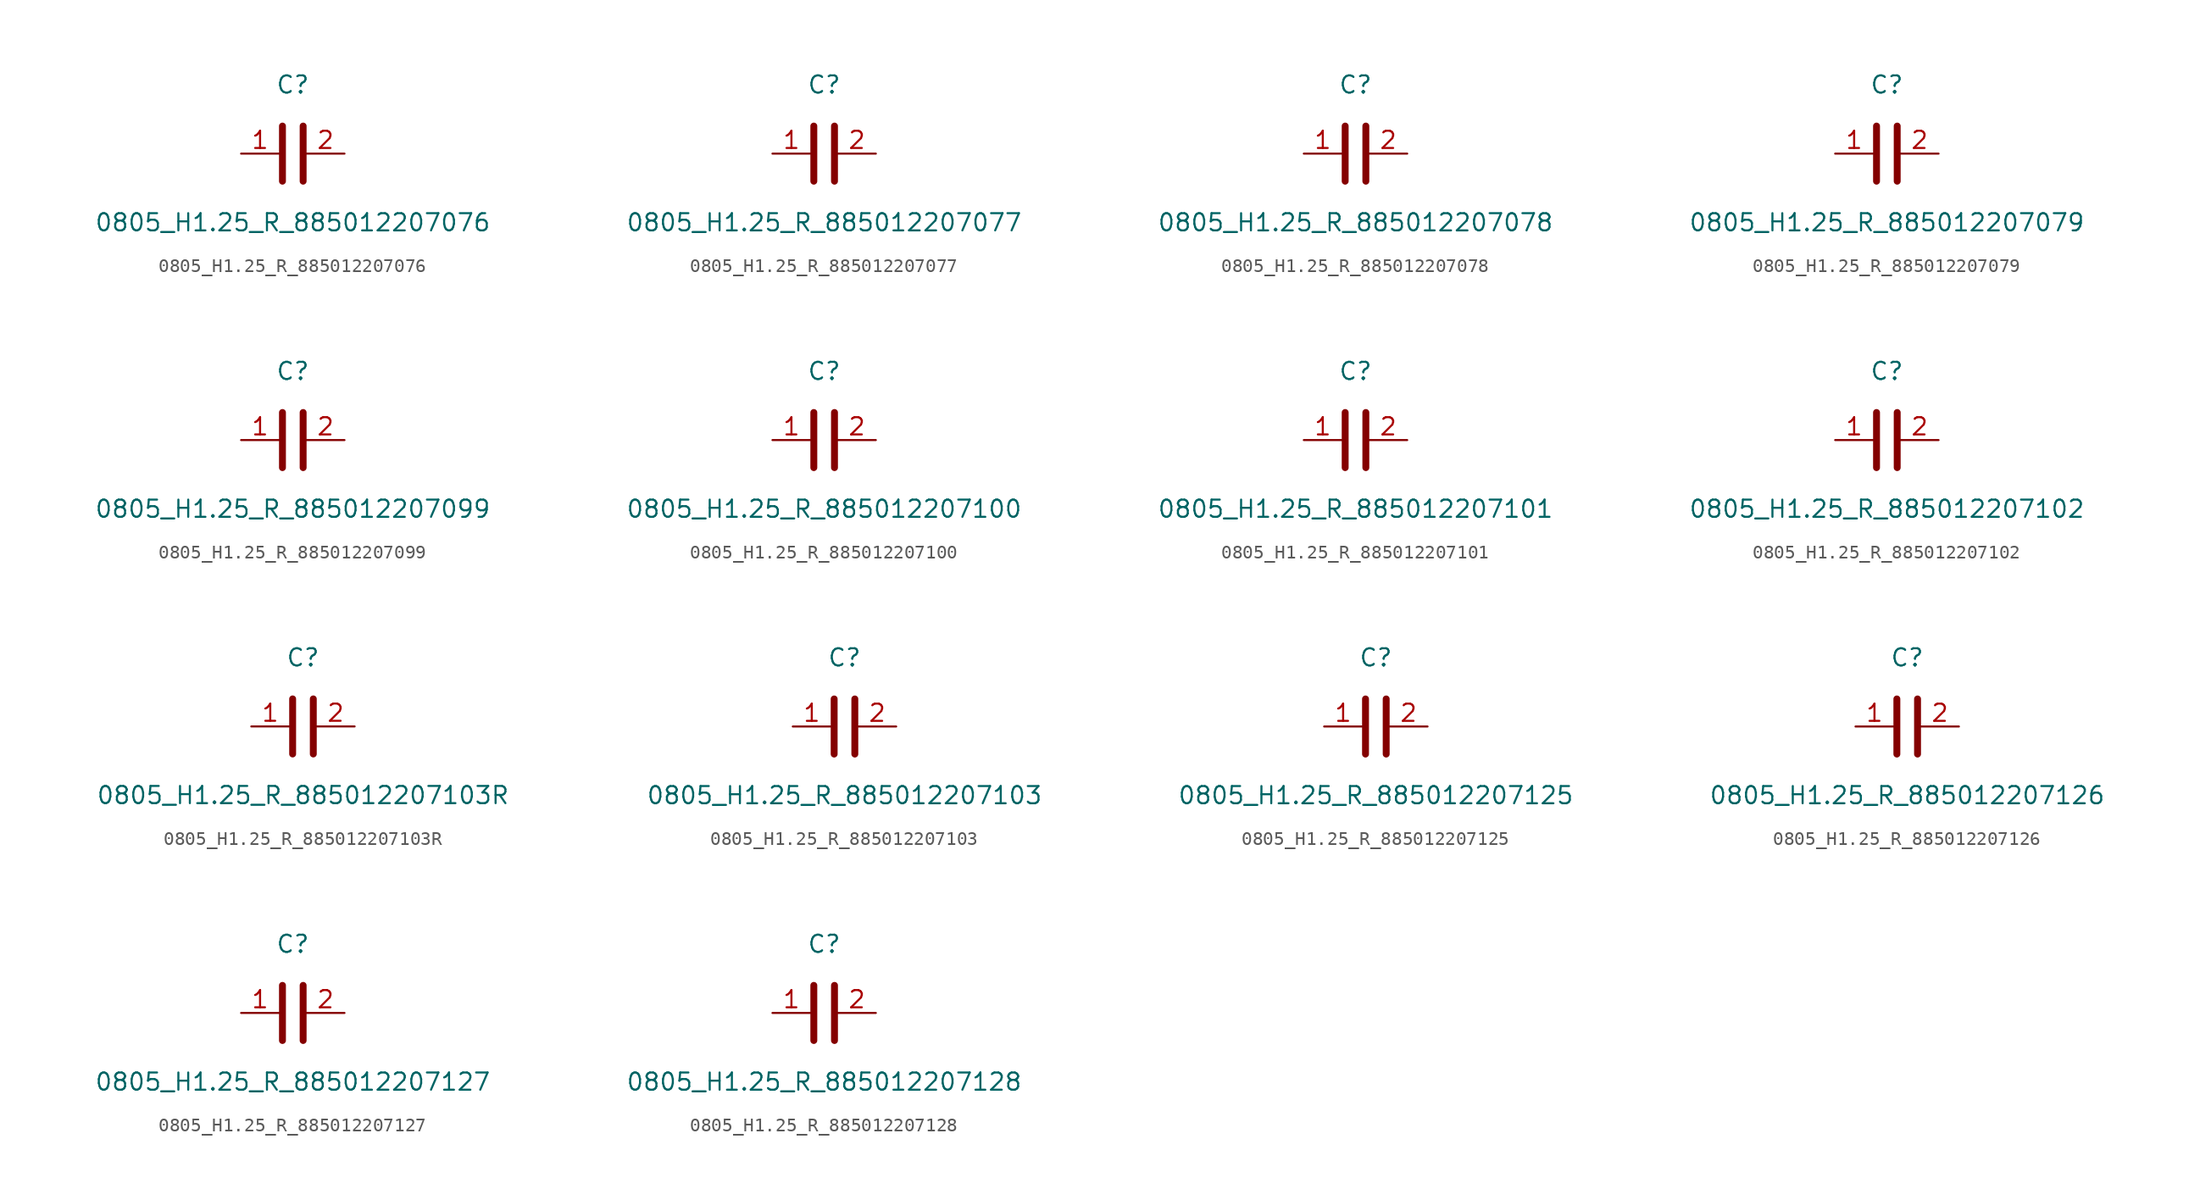
<source format=kicad_sym>
(kicad_symbol_lib
  (version 20220914)
  (generator kicad_symbol_editor)
  (symbol "0805_H1.25_R_885012207076"
    (pin_names hide)
    (property "Reference" "C"
      (at 0 5.08 0)
      (effects (font (size 1.27 1.27))))
    (property "Value" "0805_H1.25_R_885012207076"
      (at 0 -5.08 0)
      (effects (font (size 1.27 1.27))))
    (symbol "0805_H1.25_R_885012207076_0_1"
      (polyline (pts (xy -0.762 -2.032) (xy -0.762 2.032)) (stroke (width 0.508) (type default)) (fill (type none)))
      (polyline (pts (xy 0.762 -2.032) (xy 0.762 2.032)) (stroke (width 0.508) (type default)) (fill (type none))))
    (symbol "0805_H1.25_R_885012207076_1_1"
      (pin passive line (at -3.81 0 0) (length 2.794) (name "1" (effects (font (size 1.27 1.27)))) (number "1" (effects (font (size 1.27 1.27)))))
      (pin passive line (at 3.81 0 180) (length 2.794) (name "2" (effects (font (size 1.27 1.27)))) (number "2" (effects (font (size 1.27 1.27)))))))
  (symbol "0805_H1.25_R_885012207077"
    (pin_names hide)
    (property "Reference" "C"
      (at 0 5.08 0)
      (effects (font (size 1.27 1.27))))
    (property "Value" "0805_H1.25_R_885012207077"
      (at 0 -5.08 0)
      (effects (font (size 1.27 1.27))))
    (symbol "0805_H1.25_R_885012207077_0_1"
      (polyline (pts (xy -0.762 -2.032) (xy -0.762 2.032)) (stroke (width 0.508) (type default)) (fill (type none)))
      (polyline (pts (xy 0.762 -2.032) (xy 0.762 2.032)) (stroke (width 0.508) (type default)) (fill (type none))))
    (symbol "0805_H1.25_R_885012207077_1_1"
      (pin passive line (at -3.81 0 0) (length 2.794) (name "1" (effects (font (size 1.27 1.27)))) (number "1" (effects (font (size 1.27 1.27)))))
      (pin passive line (at 3.81 0 180) (length 2.794) (name "2" (effects (font (size 1.27 1.27)))) (number "2" (effects (font (size 1.27 1.27)))))))
  (symbol "0805_H1.25_R_885012207078"
    (pin_names hide)
    (property "Reference" "C"
      (at 0 5.08 0)
      (effects (font (size 1.27 1.27))))
    (property "Value" "0805_H1.25_R_885012207078"
      (at 0 -5.08 0)
      (effects (font (size 1.27 1.27))))
    (symbol "0805_H1.25_R_885012207078_0_1"
      (polyline (pts (xy -0.762 -2.032) (xy -0.762 2.032)) (stroke (width 0.508) (type default)) (fill (type none)))
      (polyline (pts (xy 0.762 -2.032) (xy 0.762 2.032)) (stroke (width 0.508) (type default)) (fill (type none))))
    (symbol "0805_H1.25_R_885012207078_1_1"
      (pin passive line (at -3.81 0 0) (length 2.794) (name "1" (effects (font (size 1.27 1.27)))) (number "1" (effects (font (size 1.27 1.27)))))
      (pin passive line (at 3.81 0 180) (length 2.794) (name "2" (effects (font (size 1.27 1.27)))) (number "2" (effects (font (size 1.27 1.27)))))))
  (symbol "0805_H1.25_R_885012207079"
    (pin_names hide)
    (property "Reference" "C"
      (at 0 5.08 0)
      (effects (font (size 1.27 1.27))))
    (property "Value" "0805_H1.25_R_885012207079"
      (at 0 -5.08 0)
      (effects (font (size 1.27 1.27))))
    (symbol "0805_H1.25_R_885012207079_0_1"
      (polyline (pts (xy -0.762 -2.032) (xy -0.762 2.032)) (stroke (width 0.508) (type default)) (fill (type none)))
      (polyline (pts (xy 0.762 -2.032) (xy 0.762 2.032)) (stroke (width 0.508) (type default)) (fill (type none))))
    (symbol "0805_H1.25_R_885012207079_1_1"
      (pin passive line (at -3.81 0 0) (length 2.794) (name "1" (effects (font (size 1.27 1.27)))) (number "1" (effects (font (size 1.27 1.27)))))
      (pin passive line (at 3.81 0 180) (length 2.794) (name "2" (effects (font (size 1.27 1.27)))) (number "2" (effects (font (size 1.27 1.27)))))))
  (symbol "0805_H1.25_R_885012207099"
    (pin_names hide)
    (property "Reference" "C"
      (at 0 5.08 0)
      (effects (font (size 1.27 1.27))))
    (property "Value" "0805_H1.25_R_885012207099"
      (at 0 -5.08 0)
      (effects (font (size 1.27 1.27))))
    (symbol "0805_H1.25_R_885012207099_0_1"
      (polyline (pts (xy -0.762 -2.032) (xy -0.762 2.032)) (stroke (width 0.508) (type default)) (fill (type none)))
      (polyline (pts (xy 0.762 -2.032) (xy 0.762 2.032)) (stroke (width 0.508) (type default)) (fill (type none))))
    (symbol "0805_H1.25_R_885012207099_1_1"
      (pin passive line (at -3.81 0 0) (length 2.794) (name "1" (effects (font (size 1.27 1.27)))) (number "1" (effects (font (size 1.27 1.27)))))
      (pin passive line (at 3.81 0 180) (length 2.794) (name "2" (effects (font (size 1.27 1.27)))) (number "2" (effects (font (size 1.27 1.27)))))))
  (symbol "0805_H1.25_R_885012207100"
    (pin_names hide)
    (property "Reference" "C"
      (at 0 5.08 0)
      (effects (font (size 1.27 1.27))))
    (property "Value" "0805_H1.25_R_885012207100"
      (at 0 -5.08 0)
      (effects (font (size 1.27 1.27))))
    (symbol "0805_H1.25_R_885012207100_0_1"
      (polyline (pts (xy -0.762 -2.032) (xy -0.762 2.032)) (stroke (width 0.508) (type default)) (fill (type none)))
      (polyline (pts (xy 0.762 -2.032) (xy 0.762 2.032)) (stroke (width 0.508) (type default)) (fill (type none))))
    (symbol "0805_H1.25_R_885012207100_1_1"
      (pin passive line (at -3.81 0 0) (length 2.794) (name "1" (effects (font (size 1.27 1.27)))) (number "1" (effects (font (size 1.27 1.27)))))
      (pin passive line (at 3.81 0 180) (length 2.794) (name "2" (effects (font (size 1.27 1.27)))) (number "2" (effects (font (size 1.27 1.27)))))))
  (symbol "0805_H1.25_R_885012207101"
    (pin_names hide)
    (property "Reference" "C"
      (at 0 5.08 0)
      (effects (font (size 1.27 1.27))))
    (property "Value" "0805_H1.25_R_885012207101"
      (at 0 -5.08 0)
      (effects (font (size 1.27 1.27))))
    (symbol "0805_H1.25_R_885012207101_0_1"
      (polyline (pts (xy -0.762 -2.032) (xy -0.762 2.032)) (stroke (width 0.508) (type default)) (fill (type none)))
      (polyline (pts (xy 0.762 -2.032) (xy 0.762 2.032)) (stroke (width 0.508) (type default)) (fill (type none))))
    (symbol "0805_H1.25_R_885012207101_1_1"
      (pin passive line (at -3.81 0 0) (length 2.794) (name "1" (effects (font (size 1.27 1.27)))) (number "1" (effects (font (size 1.27 1.27)))))
      (pin passive line (at 3.81 0 180) (length 2.794) (name "2" (effects (font (size 1.27 1.27)))) (number "2" (effects (font (size 1.27 1.27)))))))
  (symbol "0805_H1.25_R_885012207102"
    (pin_names hide)
    (property "Reference" "C"
      (at 0 5.08 0)
      (effects (font (size 1.27 1.27))))
    (property "Value" "0805_H1.25_R_885012207102"
      (at 0 -5.08 0)
      (effects (font (size 1.27 1.27))))
    (symbol "0805_H1.25_R_885012207102_0_1"
      (polyline (pts (xy -0.762 -2.032) (xy -0.762 2.032)) (stroke (width 0.508) (type default)) (fill (type none)))
      (polyline (pts (xy 0.762 -2.032) (xy 0.762 2.032)) (stroke (width 0.508) (type default)) (fill (type none))))
    (symbol "0805_H1.25_R_885012207102_1_1"
      (pin passive line (at -3.81 0 0) (length 2.794) (name "1" (effects (font (size 1.27 1.27)))) (number "1" (effects (font (size 1.27 1.27)))))
      (pin passive line (at 3.81 0 180) (length 2.794) (name "2" (effects (font (size 1.27 1.27)))) (number "2" (effects (font (size 1.27 1.27)))))))
  (symbol "0805_H1.25_R_885012207103R"
    (pin_names hide)
    (property "Reference" "C"
      (at 0 5.08 0)
      (effects (font (size 1.27 1.27))))
    (property "Value" "0805_H1.25_R_885012207103R"
      (at 0 -5.08 0)
      (effects (font (size 1.27 1.27))))
    (symbol "0805_H1.25_R_885012207103R_0_1"
      (polyline (pts (xy -0.762 -2.032) (xy -0.762 2.032)) (stroke (width 0.508) (type default)) (fill (type none)))
      (polyline (pts (xy 0.762 -2.032) (xy 0.762 2.032)) (stroke (width 0.508) (type default)) (fill (type none))))
    (symbol "0805_H1.25_R_885012207103R_1_1"
      (pin passive line (at -3.81 0 0) (length 2.794) (name "1" (effects (font (size 1.27 1.27)))) (number "1" (effects (font (size 1.27 1.27)))))
      (pin passive line (at 3.81 0 180) (length 2.794) (name "2" (effects (font (size 1.27 1.27)))) (number "2" (effects (font (size 1.27 1.27)))))))
  (symbol "0805_H1.25_R_885012207103"
    (pin_names hide)
    (property "Reference" "C"
      (at 0 5.08 0)
      (effects (font (size 1.27 1.27))))
    (property "Value" "0805_H1.25_R_885012207103"
      (at 0 -5.08 0)
      (effects (font (size 1.27 1.27))))
    (symbol "0805_H1.25_R_885012207103_0_1"
      (polyline (pts (xy -0.762 -2.032) (xy -0.762 2.032)) (stroke (width 0.508) (type default)) (fill (type none)))
      (polyline (pts (xy 0.762 -2.032) (xy 0.762 2.032)) (stroke (width 0.508) (type default)) (fill (type none))))
    (symbol "0805_H1.25_R_885012207103_1_1"
      (pin passive line (at -3.81 0 0) (length 2.794) (name "1" (effects (font (size 1.27 1.27)))) (number "1" (effects (font (size 1.27 1.27)))))
      (pin passive line (at 3.81 0 180) (length 2.794) (name "2" (effects (font (size 1.27 1.27)))) (number "2" (effects (font (size 1.27 1.27)))))))
  (symbol "0805_H1.25_R_885012207125"
    (pin_names hide)
    (property "Reference" "C"
      (at 0 5.08 0)
      (effects (font (size 1.27 1.27))))
    (property "Value" "0805_H1.25_R_885012207125"
      (at 0 -5.08 0)
      (effects (font (size 1.27 1.27))))
    (symbol "0805_H1.25_R_885012207125_0_1"
      (polyline (pts (xy -0.762 -2.032) (xy -0.762 2.032)) (stroke (width 0.508) (type default)) (fill (type none)))
      (polyline (pts (xy 0.762 -2.032) (xy 0.762 2.032)) (stroke (width 0.508) (type default)) (fill (type none))))
    (symbol "0805_H1.25_R_885012207125_1_1"
      (pin passive line (at -3.81 0 0) (length 2.794) (name "1" (effects (font (size 1.27 1.27)))) (number "1" (effects (font (size 1.27 1.27)))))
      (pin passive line (at 3.81 0 180) (length 2.794) (name "2" (effects (font (size 1.27 1.27)))) (number "2" (effects (font (size 1.27 1.27)))))))
  (symbol "0805_H1.25_R_885012207126"
    (pin_names hide)
    (property "Reference" "C"
      (at 0 5.08 0)
      (effects (font (size 1.27 1.27))))
    (property "Value" "0805_H1.25_R_885012207126"
      (at 0 -5.08 0)
      (effects (font (size 1.27 1.27))))
    (symbol "0805_H1.25_R_885012207126_0_1"
      (polyline (pts (xy -0.762 -2.032) (xy -0.762 2.032)) (stroke (width 0.508) (type default)) (fill (type none)))
      (polyline (pts (xy 0.762 -2.032) (xy 0.762 2.032)) (stroke (width 0.508) (type default)) (fill (type none))))
    (symbol "0805_H1.25_R_885012207126_1_1"
      (pin passive line (at -3.81 0 0) (length 2.794) (name "1" (effects (font (size 1.27 1.27)))) (number "1" (effects (font (size 1.27 1.27)))))
      (pin passive line (at 3.81 0 180) (length 2.794) (name "2" (effects (font (size 1.27 1.27)))) (number "2" (effects (font (size 1.27 1.27)))))))
  (symbol "0805_H1.25_R_885012207127"
    (pin_names hide)
    (property "Reference" "C"
      (at 0 5.08 0)
      (effects (font (size 1.27 1.27))))
    (property "Value" "0805_H1.25_R_885012207127"
      (at 0 -5.08 0)
      (effects (font (size 1.27 1.27))))
    (symbol "0805_H1.25_R_885012207127_0_1"
      (polyline (pts (xy -0.762 -2.032) (xy -0.762 2.032)) (stroke (width 0.508) (type default)) (fill (type none)))
      (polyline (pts (xy 0.762 -2.032) (xy 0.762 2.032)) (stroke (width 0.508) (type default)) (fill (type none))))
    (symbol "0805_H1.25_R_885012207127_1_1"
      (pin passive line (at -3.81 0 0) (length 2.794) (name "1" (effects (font (size 1.27 1.27)))) (number "1" (effects (font (size 1.27 1.27)))))
      (pin passive line (at 3.81 0 180) (length 2.794) (name "2" (effects (font (size 1.27 1.27)))) (number "2" (effects (font (size 1.27 1.27)))))))
  (symbol "0805_H1.25_R_885012207128"
    (pin_names hide)
    (property "Reference" "C"
      (at 0 5.08 0)
      (effects (font (size 1.27 1.27))))
    (property "Value" "0805_H1.25_R_885012207128"
      (at 0 -5.08 0)
      (effects (font (size 1.27 1.27))))
    (symbol "0805_H1.25_R_885012207128_0_1"
      (polyline (pts (xy -0.762 -2.032) (xy -0.762 2.032)) (stroke (width 0.508) (type default)) (fill (type none)))
      (polyline (pts (xy 0.762 -2.032) (xy 0.762 2.032)) (stroke (width 0.508) (type default)) (fill (type none))))
    (symbol "0805_H1.25_R_885012207128_1_1"
      (pin passive line (at -3.81 0 0) (length 2.794) (name "1" (effects (font (size 1.27 1.27)))) (number "1" (effects (font (size 1.27 1.27)))))
      (pin passive line (at 3.81 0 180) (length 2.794) (name "2" (effects (font (size 1.27 1.27)))) (number "2" (effects (font (size 1.27 1.27))))))))
</source>
